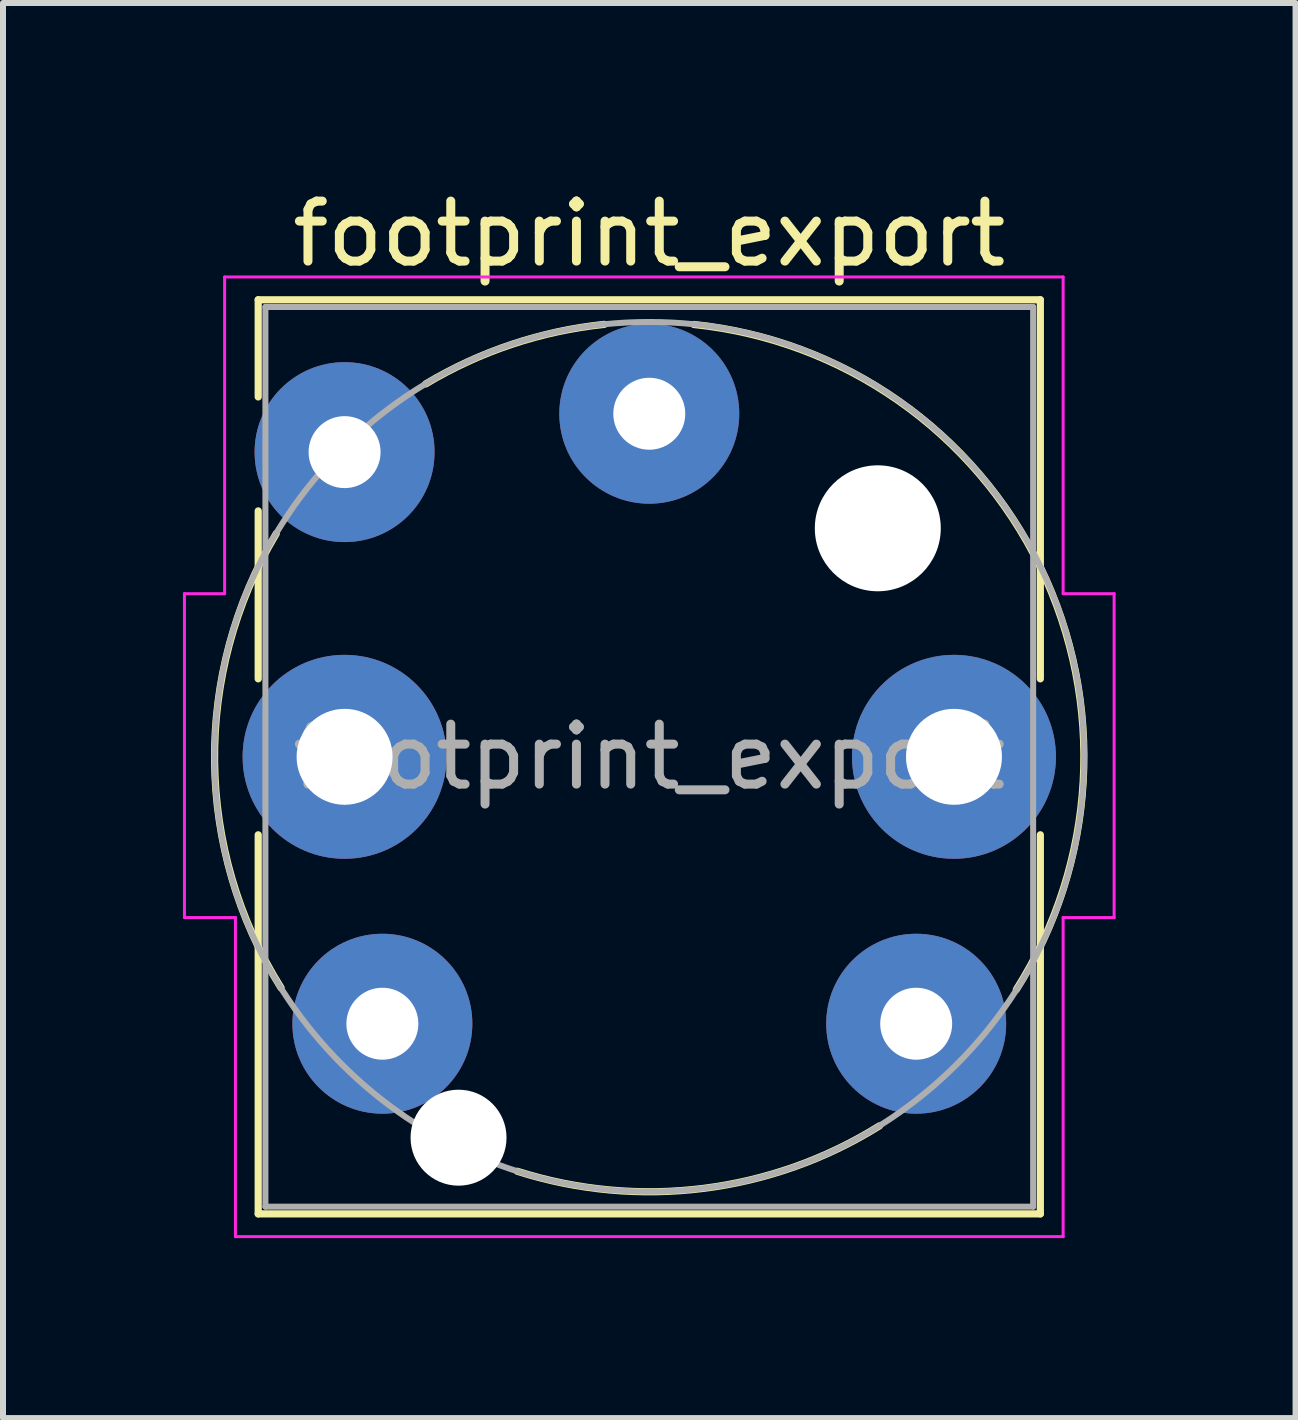
<source format=kicad_pcb>
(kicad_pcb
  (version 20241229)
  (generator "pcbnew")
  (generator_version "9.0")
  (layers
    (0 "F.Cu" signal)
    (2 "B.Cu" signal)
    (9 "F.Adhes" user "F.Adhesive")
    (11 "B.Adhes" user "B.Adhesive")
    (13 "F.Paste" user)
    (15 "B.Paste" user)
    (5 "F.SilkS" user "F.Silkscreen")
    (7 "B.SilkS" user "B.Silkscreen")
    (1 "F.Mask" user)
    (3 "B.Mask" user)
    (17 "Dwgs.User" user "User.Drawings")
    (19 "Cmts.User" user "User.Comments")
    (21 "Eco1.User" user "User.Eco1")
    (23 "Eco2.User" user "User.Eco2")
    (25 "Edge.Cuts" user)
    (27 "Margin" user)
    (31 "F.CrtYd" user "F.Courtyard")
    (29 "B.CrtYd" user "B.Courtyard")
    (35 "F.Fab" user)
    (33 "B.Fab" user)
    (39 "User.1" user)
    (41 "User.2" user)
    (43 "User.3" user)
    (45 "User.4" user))
  (footprint "footprint_export"
    (layer "F.Cu")
    (at 7.775 3.848)
    (property "Reference" "footprint_export" (at 0 -3 0) (layer "F.SilkS") (effects (font (size 1 1) (thickness 0.15))))
    (attr through_hole)
    (fp_line (start -6.52 -1.9) (end -6.52 -0.28) (stroke (width 0.12) (type solid)) (layer "F.SilkS"))
    (fp_line (start -6.52 -1.9) (end 6.52 -1.9) (stroke (width 0.12) (type solid)) (layer "F.SilkS"))
    (fp_line (start -6.52 1.62) (end -6.52 4.42) (stroke (width 0.12) (type solid)) (layer "F.SilkS"))
    (fp_line (start -6.52 7.02) (end -6.52 13.34) (stroke (width 0.12) (type solid)) (layer "F.SilkS"))
    (fp_line (start -6.52 13.34) (end 6.52 13.34) (stroke (width 0.12) (type solid)) (layer "F.SilkS"))
    (fp_line (start 6.52 -1.9) (end 6.52 4.42) (stroke (width 0.12) (type solid)) (layer "F.SilkS"))
    (fp_line (start 6.52 7.02) (end 6.52 13.34) (stroke (width 0.12) (type solid)) (layer "F.SilkS"))
    (fp_arc (start -6.138365 9.573216) (mid -7.247116 5.79812) (end -6.22 2) (stroke (width 0.12) (type solid)) (layer "F.SilkS"))
    (fp_arc (start -3.726809 -0.497515) (mid -2.292752 -1.156764) (end -0.75 -1.49) (stroke (width 0.12) (type solid)) (layer "F.SilkS"))
    (fp_arc (start 0.741615 -1.488246) (mid 6.519796 2.557554) (end 6.12 9.6) (stroke (width 0.12) (type solid)) (layer "F.SilkS"))
    (fp_arc (start 3.836366 11.873893) (mid 0.901303 12.915537) (end -2.2 12.63) (stroke (width 0.12) (type solid)) (layer "F.SilkS"))
    (fp_line (start -7.75 3) (end -7.75 8.4) (stroke (width 0.05) (type solid)) (layer "F.CrtYd"))
    (fp_line (start -7.08 -2.28) (end -7.08 3) (stroke (width 0.05) (type solid)) (layer "F.CrtYd"))
    (fp_line (start -7.08 -2.28) (end 6.9 -2.28) (stroke (width 0.05) (type solid)) (layer "F.CrtYd"))
    (fp_line (start -7.08 3) (end -7.75 3) (stroke (width 0.05) (type solid)) (layer "F.CrtYd"))
    (fp_line (start -6.9 8.4) (end -7.75 8.4) (stroke (width 0.05) (type solid)) (layer "F.CrtYd"))
    (fp_line (start -6.9 8.4) (end -6.9 13.72) (stroke (width 0.05) (type solid)) (layer "F.CrtYd"))
    (fp_line (start -6.9 13.72) (end 6.9 13.72) (stroke (width 0.05) (type solid)) (layer "F.CrtYd"))
    (fp_line (start 6.9 -2.28) (end 6.9 3) (stroke (width 0.05) (type solid)) (layer "F.CrtYd"))
    (fp_line (start 6.9 3) (end 7.75 3) (stroke (width 0.05) (type solid)) (layer "F.CrtYd"))
    (fp_line (start 6.9 8.4) (end 6.9 13.72) (stroke (width 0.05) (type solid)) (layer "F.CrtYd"))
    (fp_line (start 6.9 8.4) (end 7.75 8.4) (stroke (width 0.05) (type solid)) (layer "F.CrtYd"))
    (fp_line (start 7.75 3) (end 7.75 8.4) (stroke (width 0.05) (type solid)) (layer "F.CrtYd"))
    (fp_line (start -6.4 -1.78) (end -6.4 13.22) (stroke (width 0.1) (type solid)) (layer "F.Fab"))
    (fp_line (start -6.4 -1.78) (end 6.4 -1.78) (stroke (width 0.1) (type solid)) (layer "F.Fab"))
    (fp_line (start -6.4 13.22) (end 6.4 13.22) (stroke (width 0.1) (type solid)) (layer "F.Fab"))
    (fp_line (start 6.4 -1.78) (end 6.4 13.22) (stroke (width 0.1) (type solid)) (layer "F.Fab"))
    (fp_circle (center 0 5.72) (end -7.25 5.72) (stroke (width 0.1) (type solid)) (fill no) (layer "F.Fab"))
    (fp_text user "${REFERENCE}" (at 0 5.72 0) (layer "F.Fab") (effects (font (size 1 1) (thickness 0.15))))
    (pad "" np_thru_hole circle (at -3.18 12.07 180) (size 1.6 1.6) (drill 1.6) (layers "*.Cu" "*.Mask"))
    (pad "" np_thru_hole circle (at 3.81 1.91 180) (size 2.1 2.1) (drill 2.1) (layers "*.Cu" "*.Mask"))
    (pad "R" thru_hole circle (at 5.08 5.72 180) (size 3.4 3.4) (drill 1.6) (layers "*.Cu" "*.Mask"))
    (pad "RN" thru_hole circle (at 4.45 10.17 180) (size 3 3) (drill 1.2) (layers "*.Cu" "*.Mask"))
    (pad "S" thru_hole circle (at -5.08 5.72 180) (size 3.4 3.4) (drill 1.6) (layers "*.Cu" "*.Mask"))
    (pad "SN" thru_hole circle (at -4.45 10.17 180) (size 3 3) (drill 1.2) (layers "*.Cu" "*.Mask"))
    (pad "T" thru_hole circle (at 0 0 180) (size 3 3) (drill 1.2) (layers "*.Cu" "*.Mask"))
    (pad "TN" thru_hole circle (at -5.08 0.64 180) (size 3 3) (drill 1.2) (layers "*.Cu" "*.Mask")))
  (gr_rect
    (start -3 -3)
    (end 18.55 20.593)
    (stroke (width 0.1) (type default))
    (fill no)
    (layer "Edge.Cuts")))
</source>
